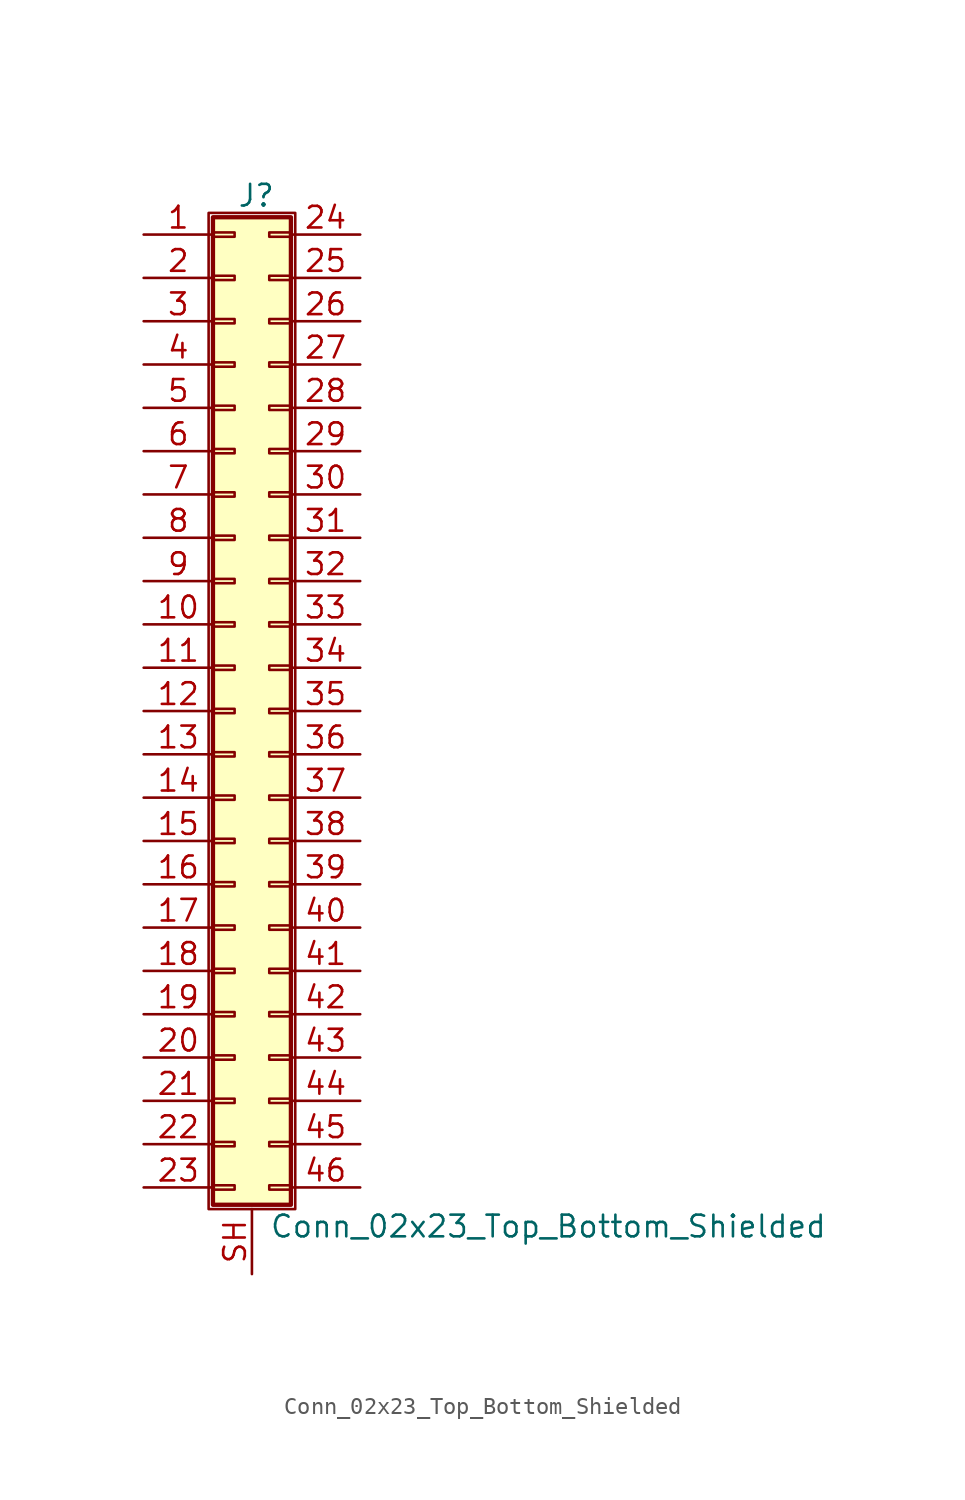
<source format=kicad_sym>
(kicad_symbol_lib
  (version 20220914)
  (generator kicad_symbol_editor)
  (symbol "Conn_02x23_Top_Bottom_Shielded"
    (pin_names
      (offset 1.016) hide)
    (property "Reference" "J"
      (at 1.524 30.226 0)
      (effects (font (size 1.27 1.27))))
    (property "Value" "Conn_02x23_Top_Bottom_Shielded"
      (at 2.286 -30.226 0)
      (effects (font (size 1.27 1.27)) (justify left)))
    (symbol "Conn_02x23_Top_Bottom_Shielded_1_1"
      (rectangle (start -1.27 29.21) (end 3.81 -29.21) (stroke (width 0.152) (type default)) (fill (type none)))
      (rectangle (start -1.016 -27.813) (end 0.254 -28.067) (stroke (width 0.152) (type default)) (fill (type none)))
      (rectangle (start -1.016 -25.273) (end 0.254 -25.527) (stroke (width 0.152) (type default)) (fill (type none)))
      (rectangle (start -1.016 -22.733) (end 0.254 -22.987) (stroke (width 0.152) (type default)) (fill (type none)))
      (rectangle (start -1.016 -20.193) (end 0.254 -20.447) (stroke (width 0.152) (type default)) (fill (type none)))
      (rectangle (start -1.016 -17.653) (end 0.254 -17.907) (stroke (width 0.152) (type default)) (fill (type none)))
      (rectangle (start -1.016 -15.113) (end 0.254 -15.367) (stroke (width 0.152) (type default)) (fill (type none)))
      (rectangle (start -1.016 -12.573) (end 0.254 -12.827) (stroke (width 0.152) (type default)) (fill (type none)))
      (rectangle (start -1.016 -10.033) (end 0.254 -10.287) (stroke (width 0.152) (type default)) (fill (type none)))
      (rectangle (start -1.016 -7.493) (end 0.254 -7.747) (stroke (width 0.152) (type default)) (fill (type none)))
      (rectangle (start -1.016 -4.953) (end 0.254 -5.207) (stroke (width 0.152) (type default)) (fill (type none)))
      (rectangle (start -1.016 -2.413) (end 0.254 -2.667) (stroke (width 0.152) (type default)) (fill (type none)))
      (rectangle (start -1.016 0.127) (end 0.254 -0.127) (stroke (width 0.152) (type default)) (fill (type none)))
      (rectangle (start -1.016 2.667) (end 0.254 2.413) (stroke (width 0.152) (type default)) (fill (type none)))
      (rectangle (start -1.016 5.207) (end 0.254 4.953) (stroke (width 0.152) (type default)) (fill (type none)))
      (rectangle (start -1.016 7.747) (end 0.254 7.493) (stroke (width 0.152) (type default)) (fill (type none)))
      (rectangle (start -1.016 10.287) (end 0.254 10.033) (stroke (width 0.152) (type default)) (fill (type none)))
      (rectangle (start -1.016 12.827) (end 0.254 12.573) (stroke (width 0.152) (type default)) (fill (type none)))
      (rectangle (start -1.016 15.367) (end 0.254 15.113) (stroke (width 0.152) (type default)) (fill (type none)))
      (rectangle (start -1.016 17.907) (end 0.254 17.653) (stroke (width 0.152) (type default)) (fill (type none)))
      (rectangle (start -1.016 20.447) (end 0.254 20.193) (stroke (width 0.152) (type default)) (fill (type none)))
      (rectangle (start -1.016 22.987) (end 0.254 22.733) (stroke (width 0.152) (type default)) (fill (type none)))
      (rectangle (start -1.016 25.527) (end 0.254 25.273) (stroke (width 0.152) (type default)) (fill (type none)))
      (rectangle (start -1.016 28.067) (end 0.254 27.813) (stroke (width 0.152) (type default)) (fill (type none)))
      (rectangle (start -1.016 28.956) (end 3.556 -28.956) (stroke (width 0.254) (type default)) (fill (type background)))
      (rectangle (start 3.556 -27.813) (end 2.286 -28.067) (stroke (width 0.152) (type default)) (fill (type none)))
      (rectangle (start 3.556 -25.273) (end 2.286 -25.527) (stroke (width 0.152) (type default)) (fill (type none)))
      (rectangle (start 3.556 -22.733) (end 2.286 -22.987) (stroke (width 0.152) (type default)) (fill (type none)))
      (rectangle (start 3.556 -20.193) (end 2.286 -20.447) (stroke (width 0.152) (type default)) (fill (type none)))
      (rectangle (start 3.556 -17.653) (end 2.286 -17.907) (stroke (width 0.152) (type default)) (fill (type none)))
      (rectangle (start 3.556 -15.113) (end 2.286 -15.367) (stroke (width 0.152) (type default)) (fill (type none)))
      (rectangle (start 3.556 -12.573) (end 2.286 -12.827) (stroke (width 0.152) (type default)) (fill (type none)))
      (rectangle (start 3.556 -10.033) (end 2.286 -10.287) (stroke (width 0.152) (type default)) (fill (type none)))
      (rectangle (start 3.556 -7.493) (end 2.286 -7.747) (stroke (width 0.152) (type default)) (fill (type none)))
      (rectangle (start 3.556 -4.953) (end 2.286 -5.207) (stroke (width 0.152) (type default)) (fill (type none)))
      (rectangle (start 3.556 -2.413) (end 2.286 -2.667) (stroke (width 0.152) (type default)) (fill (type none)))
      (rectangle (start 3.556 0.127) (end 2.286 -0.127) (stroke (width 0.152) (type default)) (fill (type none)))
      (rectangle (start 3.556 2.667) (end 2.286 2.413) (stroke (width 0.152) (type default)) (fill (type none)))
      (rectangle (start 3.556 5.207) (end 2.286 4.953) (stroke (width 0.152) (type default)) (fill (type none)))
      (rectangle (start 3.556 7.747) (end 2.286 7.493) (stroke (width 0.152) (type default)) (fill (type none)))
      (rectangle (start 3.556 10.287) (end 2.286 10.033) (stroke (width 0.152) (type default)) (fill (type none)))
      (rectangle (start 3.556 12.827) (end 2.286 12.573) (stroke (width 0.152) (type default)) (fill (type none)))
      (rectangle (start 3.556 15.367) (end 2.286 15.113) (stroke (width 0.152) (type default)) (fill (type none)))
      (rectangle (start 3.556 17.907) (end 2.286 17.653) (stroke (width 0.152) (type default)) (fill (type none)))
      (rectangle (start 3.556 20.447) (end 2.286 20.193) (stroke (width 0.152) (type default)) (fill (type none)))
      (rectangle (start 3.556 22.987) (end 2.286 22.733) (stroke (width 0.152) (type default)) (fill (type none)))
      (rectangle (start 3.556 25.527) (end 2.286 25.273) (stroke (width 0.152) (type default)) (fill (type none)))
      (rectangle (start 3.556 28.067) (end 2.286 27.813) (stroke (width 0.152) (type default)) (fill (type none)))
      (pin passive line (at -5.08 27.94 0) (length 4.064) (name "Pin_1" (effects (font (size 1.27 1.27)))) (number "1" (effects (font (size 1.27 1.27)))))
      (pin passive line (at -5.08 5.08 0) (length 4.064) (name "Pin_10" (effects (font (size 1.27 1.27)))) (number "10" (effects (font (size 1.27 1.27)))))
      (pin passive line (at -5.08 2.54 0) (length 4.064) (name "Pin_11" (effects (font (size 1.27 1.27)))) (number "11" (effects (font (size 1.27 1.27)))))
      (pin passive line (at -5.08 0 0) (length 4.064) (name "Pin_12" (effects (font (size 1.27 1.27)))) (number "12" (effects (font (size 1.27 1.27)))))
      (pin passive line (at -5.08 -2.54 0) (length 4.064) (name "Pin_13" (effects (font (size 1.27 1.27)))) (number "13" (effects (font (size 1.27 1.27)))))
      (pin passive line (at -5.08 -5.08 0) (length 4.064) (name "Pin_14" (effects (font (size 1.27 1.27)))) (number "14" (effects (font (size 1.27 1.27)))))
      (pin passive line (at -5.08 -7.62 0) (length 4.064) (name "Pin_15" (effects (font (size 1.27 1.27)))) (number "15" (effects (font (size 1.27 1.27)))))
      (pin passive line (at -5.08 -10.16 0) (length 4.064) (name "Pin_16" (effects (font (size 1.27 1.27)))) (number "16" (effects (font (size 1.27 1.27)))))
      (pin passive line (at -5.08 -12.7 0) (length 4.064) (name "Pin_17" (effects (font (size 1.27 1.27)))) (number "17" (effects (font (size 1.27 1.27)))))
      (pin passive line (at -5.08 -15.24 0) (length 4.064) (name "Pin_18" (effects (font (size 1.27 1.27)))) (number "18" (effects (font (size 1.27 1.27)))))
      (pin passive line (at -5.08 -17.78 0) (length 4.064) (name "Pin_19" (effects (font (size 1.27 1.27)))) (number "19" (effects (font (size 1.27 1.27)))))
      (pin passive line (at -5.08 25.4 0) (length 4.064) (name "Pin_2" (effects (font (size 1.27 1.27)))) (number "2" (effects (font (size 1.27 1.27)))))
      (pin passive line (at -5.08 -20.32 0) (length 4.064) (name "Pin_20" (effects (font (size 1.27 1.27)))) (number "20" (effects (font (size 1.27 1.27)))))
      (pin passive line (at -5.08 -22.86 0) (length 4.064) (name "Pin_21" (effects (font (size 1.27 1.27)))) (number "21" (effects (font (size 1.27 1.27)))))
      (pin passive line (at -5.08 -25.4 0) (length 4.064) (name "Pin_22" (effects (font (size 1.27 1.27)))) (number "22" (effects (font (size 1.27 1.27)))))
      (pin passive line (at -5.08 -27.94 0) (length 4.064) (name "Pin_23" (effects (font (size 1.27 1.27)))) (number "23" (effects (font (size 1.27 1.27)))))
      (pin passive line (at 7.62 27.94 180) (length 4.064) (name "Pin_24" (effects (font (size 1.27 1.27)))) (number "24" (effects (font (size 1.27 1.27)))))
      (pin passive line (at 7.62 25.4 180) (length 4.064) (name "Pin_25" (effects (font (size 1.27 1.27)))) (number "25" (effects (font (size 1.27 1.27)))))
      (pin passive line (at 7.62 22.86 180) (length 4.064) (name "Pin_26" (effects (font (size 1.27 1.27)))) (number "26" (effects (font (size 1.27 1.27)))))
      (pin passive line (at 7.62 20.32 180) (length 4.064) (name "Pin_27" (effects (font (size 1.27 1.27)))) (number "27" (effects (font (size 1.27 1.27)))))
      (pin passive line (at 7.62 17.78 180) (length 4.064) (name "Pin_28" (effects (font (size 1.27 1.27)))) (number "28" (effects (font (size 1.27 1.27)))))
      (pin passive line (at 7.62 15.24 180) (length 4.064) (name "Pin_29" (effects (font (size 1.27 1.27)))) (number "29" (effects (font (size 1.27 1.27)))))
      (pin passive line (at -5.08 22.86 0) (length 4.064) (name "Pin_3" (effects (font (size 1.27 1.27)))) (number "3" (effects (font (size 1.27 1.27)))))
      (pin passive line (at 7.62 12.7 180) (length 4.064) (name "Pin_30" (effects (font (size 1.27 1.27)))) (number "30" (effects (font (size 1.27 1.27)))))
      (pin passive line (at 7.62 10.16 180) (length 4.064) (name "Pin_31" (effects (font (size 1.27 1.27)))) (number "31" (effects (font (size 1.27 1.27)))))
      (pin passive line (at 7.62 7.62 180) (length 4.064) (name "Pin_32" (effects (font (size 1.27 1.27)))) (number "32" (effects (font (size 1.27 1.27)))))
      (pin passive line (at 7.62 5.08 180) (length 4.064) (name "Pin_33" (effects (font (size 1.27 1.27)))) (number "33" (effects (font (size 1.27 1.27)))))
      (pin passive line (at 7.62 2.54 180) (length 4.064) (name "Pin_34" (effects (font (size 1.27 1.27)))) (number "34" (effects (font (size 1.27 1.27)))))
      (pin passive line (at 7.62 0 180) (length 4.064) (name "Pin_35" (effects (font (size 1.27 1.27)))) (number "35" (effects (font (size 1.27 1.27)))))
      (pin passive line (at 7.62 -2.54 180) (length 4.064) (name "Pin_36" (effects (font (size 1.27 1.27)))) (number "36" (effects (font (size 1.27 1.27)))))
      (pin passive line (at 7.62 -5.08 180) (length 4.064) (name "Pin_37" (effects (font (size 1.27 1.27)))) (number "37" (effects (font (size 1.27 1.27)))))
      (pin passive line (at 7.62 -7.62 180) (length 4.064) (name "Pin_38" (effects (font (size 1.27 1.27)))) (number "38" (effects (font (size 1.27 1.27)))))
      (pin passive line (at 7.62 -10.16 180) (length 4.064) (name "Pin_39" (effects (font (size 1.27 1.27)))) (number "39" (effects (font (size 1.27 1.27)))))
      (pin passive line (at -5.08 20.32 0) (length 4.064) (name "Pin_4" (effects (font (size 1.27 1.27)))) (number "4" (effects (font (size 1.27 1.27)))))
      (pin passive line (at 7.62 -12.7 180) (length 4.064) (name "Pin_40" (effects (font (size 1.27 1.27)))) (number "40" (effects (font (size 1.27 1.27)))))
      (pin passive line (at 7.62 -15.24 180) (length 4.064) (name "Pin_41" (effects (font (size 1.27 1.27)))) (number "41" (effects (font (size 1.27 1.27)))))
      (pin passive line (at 7.62 -17.78 180) (length 4.064) (name "Pin_42" (effects (font (size 1.27 1.27)))) (number "42" (effects (font (size 1.27 1.27)))))
      (pin passive line (at 7.62 -20.32 180) (length 4.064) (name "Pin_43" (effects (font (size 1.27 1.27)))) (number "43" (effects (font (size 1.27 1.27)))))
      (pin passive line (at 7.62 -22.86 180) (length 4.064) (name "Pin_44" (effects (font (size 1.27 1.27)))) (number "44" (effects (font (size 1.27 1.27)))))
      (pin passive line (at 7.62 -25.4 180) (length 4.064) (name "Pin_45" (effects (font (size 1.27 1.27)))) (number "45" (effects (font (size 1.27 1.27)))))
      (pin passive line (at 7.62 -27.94 180) (length 4.064) (name "Pin_46" (effects (font (size 1.27 1.27)))) (number "46" (effects (font (size 1.27 1.27)))))
      (pin passive line (at -5.08 17.78 0) (length 4.064) (name "Pin_5" (effects (font (size 1.27 1.27)))) (number "5" (effects (font (size 1.27 1.27)))))
      (pin passive line (at -5.08 15.24 0) (length 4.064) (name "Pin_6" (effects (font (size 1.27 1.27)))) (number "6" (effects (font (size 1.27 1.27)))))
      (pin passive line (at -5.08 12.7 0) (length 4.064) (name "Pin_7" (effects (font (size 1.27 1.27)))) (number "7" (effects (font (size 1.27 1.27)))))
      (pin passive line (at -5.08 10.16 0) (length 4.064) (name "Pin_8" (effects (font (size 1.27 1.27)))) (number "8" (effects (font (size 1.27 1.27)))))
      (pin passive line (at -5.08 7.62 0) (length 4.064) (name "Pin_9" (effects (font (size 1.27 1.27)))) (number "9" (effects (font (size 1.27 1.27)))))
      (pin passive line (at 1.27 -33.02 90) (length 3.81) (name "Shield" (effects (font (size 1.27 1.27)))) (number "SH" (effects (font (size 1.27 1.27))))))))
</source>
